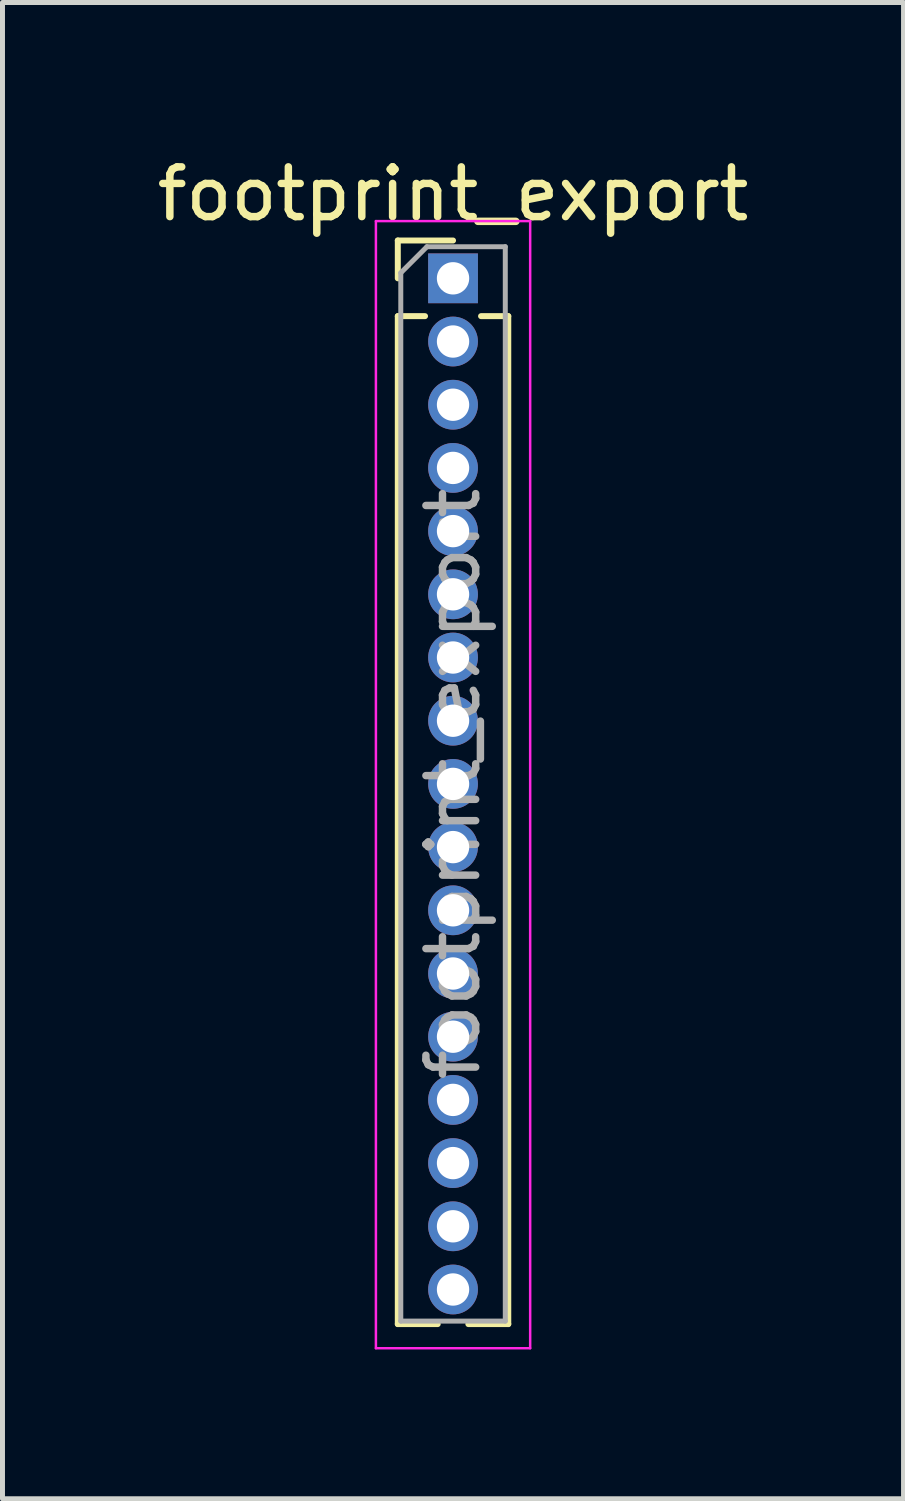
<source format=kicad_pcb>
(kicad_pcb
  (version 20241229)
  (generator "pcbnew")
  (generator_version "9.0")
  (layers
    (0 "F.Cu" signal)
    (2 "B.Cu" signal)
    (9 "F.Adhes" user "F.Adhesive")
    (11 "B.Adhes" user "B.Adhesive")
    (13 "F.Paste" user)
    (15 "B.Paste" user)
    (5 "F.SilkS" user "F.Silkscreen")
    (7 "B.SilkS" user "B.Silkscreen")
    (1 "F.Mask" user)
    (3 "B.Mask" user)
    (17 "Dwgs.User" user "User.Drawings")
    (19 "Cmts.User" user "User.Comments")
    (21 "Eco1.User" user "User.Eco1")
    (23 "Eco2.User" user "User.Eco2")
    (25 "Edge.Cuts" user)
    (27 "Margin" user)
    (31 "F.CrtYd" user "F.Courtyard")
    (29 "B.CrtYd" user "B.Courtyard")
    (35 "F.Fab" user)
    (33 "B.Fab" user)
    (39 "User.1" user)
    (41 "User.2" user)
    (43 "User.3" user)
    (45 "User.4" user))
  (footprint "footprint_export"
    (layer "F.Cu")
    (at 6.054 2.543)
    (property "Reference" "footprint_export" (at 0 -1.695 0) (layer "F.SilkS") (effects (font (size 1 1) (thickness 0.15))))
    (attr through_hole)
    (fp_line (start -1.11 -0.76) (end 0 -0.76) (stroke (width 0.12) (type solid)) (layer "F.SilkS"))
    (fp_line (start -1.11 0) (end -1.11 -0.76) (stroke (width 0.12) (type solid)) (layer "F.SilkS"))
    (fp_line (start -1.11 0.76) (end -1.11 21.015) (stroke (width 0.12) (type solid)) (layer "F.SilkS"))
    (fp_line (start -1.11 0.76) (end -0.563 0.76) (stroke (width 0.12) (type solid)) (layer "F.SilkS"))
    (fp_line (start -1.11 21.015) (end -0.308 21.015) (stroke (width 0.12) (type solid)) (layer "F.SilkS"))
    (fp_line (start 0.308 21.015) (end 1.11 21.015) (stroke (width 0.12) (type solid)) (layer "F.SilkS"))
    (fp_line (start 0.563 0.76) (end 1.11 0.76) (stroke (width 0.12) (type solid)) (layer "F.SilkS"))
    (fp_line (start 1.11 0.76) (end 1.11 21.015) (stroke (width 0.12) (type solid)) (layer "F.SilkS"))
    (fp_line (start -1.55 -1.15) (end -1.55 21.5) (stroke (width 0.05) (type solid)) (layer "F.CrtYd"))
    (fp_line (start -1.55 21.5) (end 1.55 21.5) (stroke (width 0.05) (type solid)) (layer "F.CrtYd"))
    (fp_line (start 1.55 -1.15) (end -1.55 -1.15) (stroke (width 0.05) (type solid)) (layer "F.CrtYd"))
    (fp_line (start 1.55 21.5) (end 1.55 -1.15) (stroke (width 0.05) (type solid)) (layer "F.CrtYd"))
    (fp_line (start -1.05 -0.11) (end -0.525 -0.635) (stroke (width 0.1) (type solid)) (layer "F.Fab"))
    (fp_line (start -1.05 20.955) (end -1.05 -0.11) (stroke (width 0.1) (type solid)) (layer "F.Fab"))
    (fp_line (start -0.525 -0.635) (end 1.05 -0.635) (stroke (width 0.1) (type solid)) (layer "F.Fab"))
    (fp_line (start 1.05 -0.635) (end 1.05 20.955) (stroke (width 0.1) (type solid)) (layer "F.Fab"))
    (fp_line (start 1.05 20.955) (end -1.05 20.955) (stroke (width 0.1) (type solid)) (layer "F.Fab"))
    (fp_text user "${REFERENCE}" (at 0 10.16 90) (layer "F.Fab") (effects (font (size 1 1) (thickness 0.15))))
    (pad "1" thru_hole rect (at 0 0) (size 1 1) (drill 0.65) (layers "*.Cu" "*.Mask"))
    (pad "2" thru_hole oval (at 0 1.27) (size 1 1) (drill 0.65) (layers "*.Cu" "*.Mask"))
    (pad "3" thru_hole oval (at 0 2.54) (size 1 1) (drill 0.65) (layers "*.Cu" "*.Mask"))
    (pad "4" thru_hole oval (at 0 3.81) (size 1 1) (drill 0.65) (layers "*.Cu" "*.Mask"))
    (pad "5" thru_hole oval (at 0 5.08) (size 1 1) (drill 0.65) (layers "*.Cu" "*.Mask"))
    (pad "6" thru_hole oval (at 0 6.35) (size 1 1) (drill 0.65) (layers "*.Cu" "*.Mask"))
    (pad "7" thru_hole oval (at 0 7.62) (size 1 1) (drill 0.65) (layers "*.Cu" "*.Mask"))
    (pad "8" thru_hole oval (at 0 8.89) (size 1 1) (drill 0.65) (layers "*.Cu" "*.Mask"))
    (pad "9" thru_hole oval (at 0 10.16) (size 1 1) (drill 0.65) (layers "*.Cu" "*.Mask"))
    (pad "10" thru_hole oval (at 0 11.43) (size 1 1) (drill 0.65) (layers "*.Cu" "*.Mask"))
    (pad "11" thru_hole oval (at 0 12.7) (size 1 1) (drill 0.65) (layers "*.Cu" "*.Mask"))
    (pad "12" thru_hole oval (at 0 13.97) (size 1 1) (drill 0.65) (layers "*.Cu" "*.Mask"))
    (pad "13" thru_hole oval (at 0 15.24) (size 1 1) (drill 0.65) (layers "*.Cu" "*.Mask"))
    (pad "14" thru_hole oval (at 0 16.51) (size 1 1) (drill 0.65) (layers "*.Cu" "*.Mask"))
    (pad "15" thru_hole oval (at 0 17.78) (size 1 1) (drill 0.65) (layers "*.Cu" "*.Mask"))
    (pad "16" thru_hole oval (at 0 19.05) (size 1 1) (drill 0.65) (layers "*.Cu" "*.Mask"))
    (pad "17" thru_hole oval (at 0 20.32) (size 1 1) (drill 0.65) (layers "*.Cu" "*.Mask")))
  (gr_rect
    (start -3 -3)
    (end 15.107 27.068)
    (stroke (width 0.1) (type default))
    (fill no)
    (layer "Edge.Cuts")))
</source>
